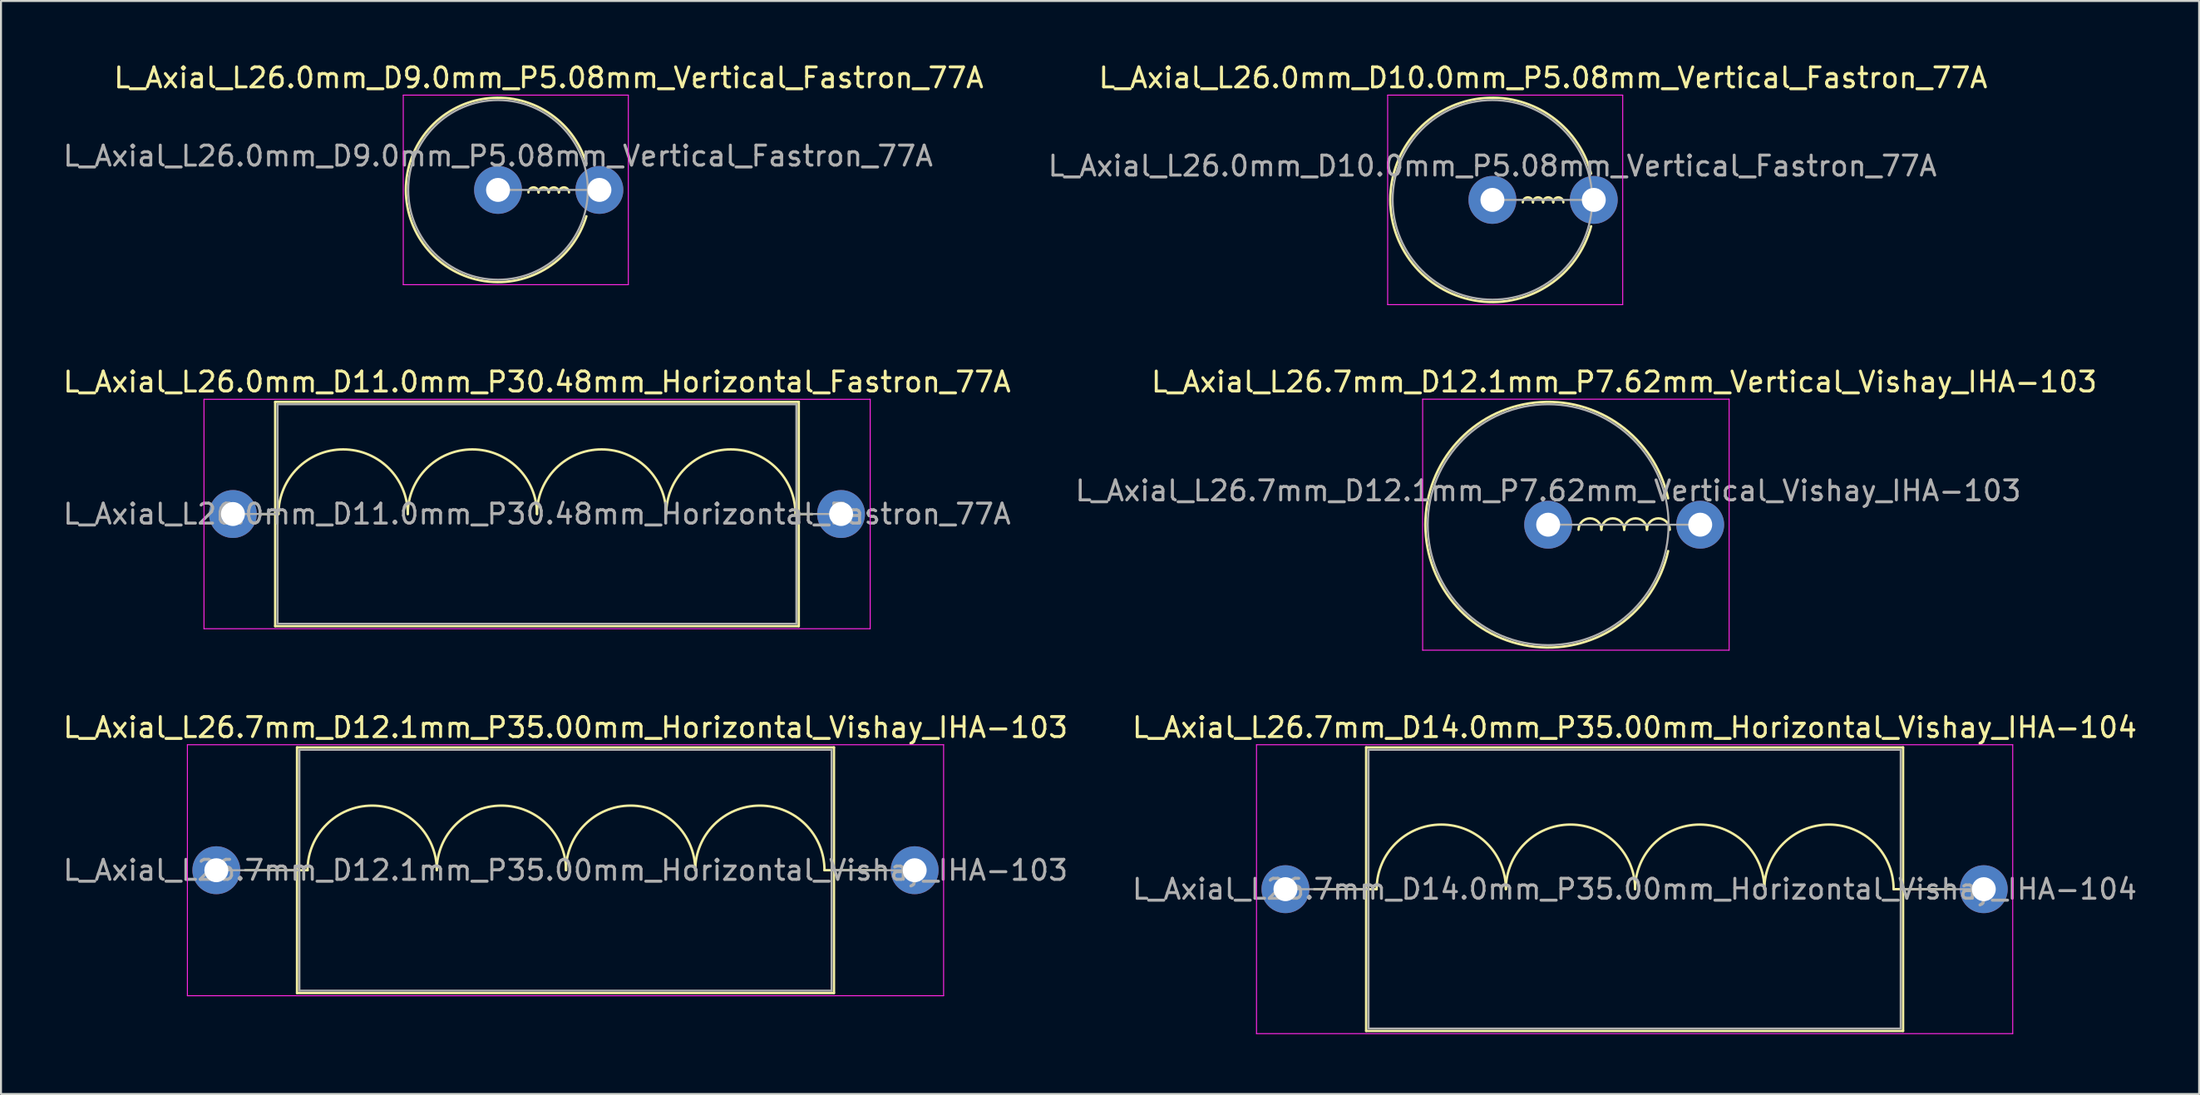
<source format=kicad_pcb>
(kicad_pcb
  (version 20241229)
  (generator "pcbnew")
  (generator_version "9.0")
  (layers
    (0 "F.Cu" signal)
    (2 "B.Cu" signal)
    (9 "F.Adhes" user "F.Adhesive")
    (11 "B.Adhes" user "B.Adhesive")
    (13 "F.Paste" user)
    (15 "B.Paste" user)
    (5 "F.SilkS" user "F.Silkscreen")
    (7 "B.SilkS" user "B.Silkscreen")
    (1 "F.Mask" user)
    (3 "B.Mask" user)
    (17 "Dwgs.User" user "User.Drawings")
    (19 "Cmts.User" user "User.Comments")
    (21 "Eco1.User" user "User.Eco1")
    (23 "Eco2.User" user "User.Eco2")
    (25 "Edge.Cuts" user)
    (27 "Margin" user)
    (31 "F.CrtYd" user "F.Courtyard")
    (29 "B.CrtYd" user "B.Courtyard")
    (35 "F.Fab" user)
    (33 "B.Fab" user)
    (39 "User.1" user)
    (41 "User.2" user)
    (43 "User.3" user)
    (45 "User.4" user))
  (footprint "L_Axial_L26.7mm_D12.1mm_P35.00mm_Horizontal_Vishay_IHA-103"
    (layer "F.Cu")
    (at 7.792 40.565)
    (property "Reference" "L_Axial_L26.7mm_D12.1mm_P35.00mm_Horizontal_Vishay_IHA-103" (at 17.5 -7.155 0) (layer "F.SilkS") (effects (font (size 1 1) (thickness 0.15))))
    (attr through_hole)
    (fp_line (start 1.44 0) (end 4.045 0) (stroke (width 0.12) (type solid)) (layer "F.SilkS"))
    (fp_line (start 4.045 -6.155) (end 4.045 6.155) (stroke (width 0.12) (type solid)) (layer "F.SilkS"))
    (fp_line (start 4.045 6.155) (end 30.955 6.155) (stroke (width 0.12) (type solid)) (layer "F.SilkS"))
    (fp_line (start 4.572 0) (end 4.045 0) (stroke (width 0.12) (type solid)) (layer "F.SilkS"))
    (fp_line (start 30.48 0) (end 30.988 0) (stroke (width 0.12) (type solid)) (layer "F.SilkS"))
    (fp_line (start 30.955 -6.155) (end 4.045 -6.155) (stroke (width 0.12) (type solid)) (layer "F.SilkS"))
    (fp_line (start 30.955 6.155) (end 30.955 -6.155) (stroke (width 0.12) (type solid)) (layer "F.SilkS"))
    (fp_line (start 33.56 0) (end 30.955 0) (stroke (width 0.12) (type solid)) (layer "F.SilkS"))
    (fp_arc (start 4.572 0) (mid 7.8105 -3.2385) (end 11.049 0) (stroke (width 0.12) (type solid)) (layer "F.SilkS"))
    (fp_arc (start 11.049 0) (mid 14.2875 -3.2385) (end 17.526 0) (stroke (width 0.12) (type solid)) (layer "F.SilkS"))
    (fp_arc (start 17.526 0) (mid 20.7645 -3.2385) (end 24.003 0) (stroke (width 0.12) (type solid)) (layer "F.SilkS"))
    (fp_arc (start 24.003 0) (mid 27.2415 -3.2385) (end 30.48 0) (stroke (width 0.12) (type solid)) (layer "F.SilkS"))
    (fp_line (start -1.45 -6.29) (end -1.45 6.29) (stroke (width 0.05) (type solid)) (layer "F.CrtYd"))
    (fp_line (start -1.45 6.29) (end 36.45 6.29) (stroke (width 0.05) (type solid)) (layer "F.CrtYd"))
    (fp_line (start 36.45 -6.29) (end -1.45 -6.29) (stroke (width 0.05) (type solid)) (layer "F.CrtYd"))
    (fp_line (start 36.45 6.29) (end 36.45 -6.29) (stroke (width 0.05) (type solid)) (layer "F.CrtYd"))
    (fp_line (start 0 0) (end 4.165 0) (stroke (width 0.1) (type solid)) (layer "F.Fab"))
    (fp_line (start 4.165 -6.035) (end 4.165 6.035) (stroke (width 0.1) (type solid)) (layer "F.Fab"))
    (fp_line (start 4.165 6.035) (end 30.835 6.035) (stroke (width 0.1) (type solid)) (layer "F.Fab"))
    (fp_line (start 30.835 -6.035) (end 4.165 -6.035) (stroke (width 0.1) (type solid)) (layer "F.Fab"))
    (fp_line (start 30.835 6.035) (end 30.835 -6.035) (stroke (width 0.1) (type solid)) (layer "F.Fab"))
    (fp_line (start 35 0) (end 30.835 0) (stroke (width 0.1) (type solid)) (layer "F.Fab"))
    (fp_text user "${REFERENCE}" (at 17.5 0 0) (layer "F.Fab") (effects (font (size 1 1) (thickness 0.15))))
    (pad "1" thru_hole circle (at 0 0) (size 2.4 2.4) (drill 1.2) (layers "*.Cu" "*.Mask"))
    (pad "2" thru_hole oval (at 35 0) (size 2.4 2.4) (drill 1.2) (layers "*.Cu" "*.Mask")))
  (footprint "L_Axial_L26.7mm_D12.1mm_P7.62mm_Vertical_Vishay_IHA-103"
    (layer "F.Cu")
    (at 74.542 23.247)
    (property "Reference" "L_Axial_L26.7mm_D12.1mm_P7.62mm_Vertical_Vishay_IHA-103" (at 3.81 -7.155 0) (layer "F.SilkS") (effects (font (size 1 1) (thickness 0.15))))
    (attr through_hole)
    (fp_arc (start 1.524 0.254) (mid 2.0955 -0.3175) (end 2.667 0.254) (stroke (width 0.12) (type solid)) (layer "F.SilkS"))
    (fp_arc (start 2.667 0.254) (mid 3.2385 -0.3175) (end 3.81 0.254) (stroke (width 0.12) (type solid)) (layer "F.SilkS"))
    (fp_arc (start 3.81 0.254) (mid 4.3815 -0.3175) (end 4.953 0.254) (stroke (width 0.12) (type solid)) (layer "F.SilkS"))
    (fp_arc (start 4.953 0.254) (mid 5.5245 -0.3175) (end 6.096 0.254) (stroke (width 0.12) (type solid)) (layer "F.SilkS"))
    (fp_arc (start 6.01179 1.32) (mid -6.155 0) (end 6.01179 -1.32) (stroke (width 0.12) (type solid)) (layer "F.SilkS"))
    (fp_line (start -6.29 -6.29) (end -6.29 6.29) (stroke (width 0.05) (type solid)) (layer "F.CrtYd"))
    (fp_line (start -6.29 6.29) (end 9.07 6.29) (stroke (width 0.05) (type solid)) (layer "F.CrtYd"))
    (fp_line (start 9.07 -6.29) (end -6.29 -6.29) (stroke (width 0.05) (type solid)) (layer "F.CrtYd"))
    (fp_line (start 9.07 6.29) (end 9.07 -6.29) (stroke (width 0.05) (type solid)) (layer "F.CrtYd"))
    (fp_line (start 0 0) (end 7.62 0) (stroke (width 0.1) (type solid)) (layer "F.Fab"))
    (fp_circle (center 0 0) (end 6.035 0) (stroke (width 0.1) (type solid)) (fill no) (layer "F.Fab"))
    (fp_text user "${REFERENCE}" (at 0 -1.7 0) (layer "F.Fab") (effects (font (size 1 1) (thickness 0.15))))
    (pad "1" thru_hole circle (at 0 0) (size 2.4 2.4) (drill 1.2) (layers "*.Cu" "*.Mask"))
    (pad "2" thru_hole oval (at 7.62 0) (size 2.4 2.4) (drill 1.2) (layers "*.Cu" "*.Mask")))
  (footprint "L_Axial_L26.7mm_D14.0mm_P35.00mm_Horizontal_Vishay_IHA-104"
    (layer "F.Cu")
    (at 61.375 41.515)
    (property "Reference" "L_Axial_L26.7mm_D14.0mm_P35.00mm_Horizontal_Vishay_IHA-104" (at 17.5 -8.105 0) (layer "F.SilkS") (effects (font (size 1 1) (thickness 0.15))))
    (attr through_hole)
    (fp_line (start 1.44 0) (end 4.045 0) (stroke (width 0.12) (type solid)) (layer "F.SilkS"))
    (fp_line (start 4.045 -7.105) (end 4.045 7.105) (stroke (width 0.12) (type solid)) (layer "F.SilkS"))
    (fp_line (start 4.045 7.105) (end 30.955 7.105) (stroke (width 0.12) (type solid)) (layer "F.SilkS"))
    (fp_line (start 4.572 0) (end 4.045 0) (stroke (width 0.12) (type solid)) (layer "F.SilkS"))
    (fp_line (start 30.48 0) (end 30.988 0) (stroke (width 0.12) (type solid)) (layer "F.SilkS"))
    (fp_line (start 30.955 -7.105) (end 4.045 -7.105) (stroke (width 0.12) (type solid)) (layer "F.SilkS"))
    (fp_line (start 30.955 7.105) (end 30.955 -7.105) (stroke (width 0.12) (type solid)) (layer "F.SilkS"))
    (fp_line (start 33.56 0) (end 30.955 0) (stroke (width 0.12) (type solid)) (layer "F.SilkS"))
    (fp_arc (start 4.572 0) (mid 7.8105 -3.2385) (end 11.049 0) (stroke (width 0.12) (type solid)) (layer "F.SilkS"))
    (fp_arc (start 11.049 0) (mid 14.2875 -3.2385) (end 17.526 0) (stroke (width 0.12) (type solid)) (layer "F.SilkS"))
    (fp_arc (start 17.526 0) (mid 20.7645 -3.2385) (end 24.003 0) (stroke (width 0.12) (type solid)) (layer "F.SilkS"))
    (fp_arc (start 24.003 0) (mid 27.2415 -3.2385) (end 30.48 0) (stroke (width 0.12) (type solid)) (layer "F.SilkS"))
    (fp_line (start -1.45 -7.24) (end -1.45 7.24) (stroke (width 0.05) (type solid)) (layer "F.CrtYd"))
    (fp_line (start -1.45 7.24) (end 36.45 7.24) (stroke (width 0.05) (type solid)) (layer "F.CrtYd"))
    (fp_line (start 36.45 -7.24) (end -1.45 -7.24) (stroke (width 0.05) (type solid)) (layer "F.CrtYd"))
    (fp_line (start 36.45 7.24) (end 36.45 -7.24) (stroke (width 0.05) (type solid)) (layer "F.CrtYd"))
    (fp_line (start 0 0) (end 4.165 0) (stroke (width 0.1) (type solid)) (layer "F.Fab"))
    (fp_line (start 4.165 -6.985) (end 4.165 6.985) (stroke (width 0.1) (type solid)) (layer "F.Fab"))
    (fp_line (start 4.165 6.985) (end 30.835 6.985) (stroke (width 0.1) (type solid)) (layer "F.Fab"))
    (fp_line (start 30.835 -6.985) (end 4.165 -6.985) (stroke (width 0.1) (type solid)) (layer "F.Fab"))
    (fp_line (start 30.835 6.985) (end 30.835 -6.985) (stroke (width 0.1) (type solid)) (layer "F.Fab"))
    (fp_line (start 35 0) (end 30.835 0) (stroke (width 0.1) (type solid)) (layer "F.Fab"))
    (fp_text user "${REFERENCE}" (at 17.5 0 0) (layer "F.Fab") (effects (font (size 1 1) (thickness 0.15))))
    (pad "1" thru_hole circle (at 0 0) (size 2.4 2.4) (drill 1.2) (layers "*.Cu" "*.Mask"))
    (pad "2" thru_hole oval (at 35 0) (size 2.4 2.4) (drill 1.2) (layers "*.Cu" "*.Mask")))
  (footprint "L_Axial_L26.0mm_D11.0mm_P30.48mm_Horizontal_Fastron_77A"
    (layer "F.Cu")
    (at 8.623 22.712)
    (property "Reference" "L_Axial_L26.0mm_D11.0mm_P30.48mm_Horizontal_Fastron_77A" (at 15.24 -6.62 0) (layer "F.SilkS") (effects (font (size 1 1) (thickness 0.15))))
    (attr through_hole)
    (fp_line (start 1.44 0) (end 2.12 0) (stroke (width 0.12) (type solid)) (layer "F.SilkS"))
    (fp_line (start 2.12 -5.62) (end 2.12 5.62) (stroke (width 0.12) (type solid)) (layer "F.SilkS"))
    (fp_line (start 2.12 5.62) (end 28.36 5.62) (stroke (width 0.12) (type solid)) (layer "F.SilkS"))
    (fp_line (start 2.286 0) (end 2.12 0) (stroke (width 0.12) (type solid)) (layer "F.SilkS"))
    (fp_line (start 28.194 0) (end 28.321 0) (stroke (width 0.12) (type solid)) (layer "F.SilkS"))
    (fp_line (start 28.36 -5.62) (end 2.12 -5.62) (stroke (width 0.12) (type solid)) (layer "F.SilkS"))
    (fp_line (start 28.36 5.62) (end 28.36 -5.62) (stroke (width 0.12) (type solid)) (layer "F.SilkS"))
    (fp_line (start 29.04 0) (end 28.36 0) (stroke (width 0.12) (type solid)) (layer "F.SilkS"))
    (fp_arc (start 2.286 0) (mid 5.5245 -3.2385) (end 8.763 0) (stroke (width 0.12) (type solid)) (layer "F.SilkS"))
    (fp_arc (start 8.763 0) (mid 12.0015 -3.2385) (end 15.24 0) (stroke (width 0.12) (type solid)) (layer "F.SilkS"))
    (fp_arc (start 15.24 0) (mid 18.4785 -3.2385) (end 21.717 0) (stroke (width 0.12) (type solid)) (layer "F.SilkS"))
    (fp_arc (start 21.717 0) (mid 24.9555 -3.2385) (end 28.194 0) (stroke (width 0.12) (type solid)) (layer "F.SilkS"))
    (fp_line (start -1.45 -5.75) (end -1.45 5.75) (stroke (width 0.05) (type solid)) (layer "F.CrtYd"))
    (fp_line (start -1.45 5.75) (end 31.94 5.75) (stroke (width 0.05) (type solid)) (layer "F.CrtYd"))
    (fp_line (start 31.94 -5.75) (end -1.45 -5.75) (stroke (width 0.05) (type solid)) (layer "F.CrtYd"))
    (fp_line (start 31.94 5.75) (end 31.94 -5.75) (stroke (width 0.05) (type solid)) (layer "F.CrtYd"))
    (fp_line (start 0 0) (end 2.24 0) (stroke (width 0.1) (type solid)) (layer "F.Fab"))
    (fp_line (start 2.24 -5.5) (end 2.24 5.5) (stroke (width 0.1) (type solid)) (layer "F.Fab"))
    (fp_line (start 2.24 5.5) (end 28.24 5.5) (stroke (width 0.1) (type solid)) (layer "F.Fab"))
    (fp_line (start 28.24 -5.5) (end 2.24 -5.5) (stroke (width 0.1) (type solid)) (layer "F.Fab"))
    (fp_line (start 28.24 5.5) (end 28.24 -5.5) (stroke (width 0.1) (type solid)) (layer "F.Fab"))
    (fp_line (start 30.48 0) (end 28.24 0) (stroke (width 0.1) (type solid)) (layer "F.Fab"))
    (fp_text user "${REFERENCE}" (at 15.24 0 0) (layer "F.Fab") (effects (font (size 1 1) (thickness 0.15))))
    (pad "1" thru_hole circle (at 0 0) (size 2.4 2.4) (drill 1.2) (layers "*.Cu" "*.Mask"))
    (pad "2" thru_hole oval (at 30.48 0) (size 2.4 2.4) (drill 1.2) (layers "*.Cu" "*.Mask")))
  (footprint "L_Axial_L26.0mm_D9.0mm_P5.08mm_Vertical_Fastron_77A"
    (layer "F.Cu")
    (at 21.911 6.468)
    (property "Reference" "L_Axial_L26.0mm_D9.0mm_P5.08mm_Vertical_Fastron_77A" (at 2.54 -5.62 0) (layer "F.SilkS") (effects (font (size 1 1) (thickness 0.15))))
    (attr through_hole)
    (fp_arc (start 1.524 0.127) (mid 1.778 -0.127) (end 2.032 0.127) (stroke (width 0.12) (type solid)) (layer "F.SilkS"))
    (fp_arc (start 2.032 0.127) (mid 2.286 -0.127) (end 2.54 0.127) (stroke (width 0.12) (type solid)) (layer "F.SilkS"))
    (fp_arc (start 2.54 0.127) (mid 2.794 -0.127) (end 3.048 0.127) (stroke (width 0.12) (type solid)) (layer "F.SilkS"))
    (fp_arc (start 3.048 0.127) (mid 3.302 -0.127) (end 3.556 0.127) (stroke (width 0.12) (type solid)) (layer "F.SilkS"))
    (fp_arc (start 4.427415 1.32) (mid -4.62 0) (end 4.427415 -1.32) (stroke (width 0.12) (type solid)) (layer "F.SilkS"))
    (fp_line (start -4.75 -4.75) (end -4.75 4.75) (stroke (width 0.05) (type solid)) (layer "F.CrtYd"))
    (fp_line (start -4.75 4.75) (end 6.53 4.75) (stroke (width 0.05) (type solid)) (layer "F.CrtYd"))
    (fp_line (start 6.53 -4.75) (end -4.75 -4.75) (stroke (width 0.05) (type solid)) (layer "F.CrtYd"))
    (fp_line (start 6.53 4.75) (end 6.53 -4.75) (stroke (width 0.05) (type solid)) (layer "F.CrtYd"))
    (fp_line (start 0 0) (end 5.08 0) (stroke (width 0.1) (type solid)) (layer "F.Fab"))
    (fp_circle (center 0 0) (end 4.5 0) (stroke (width 0.1) (type solid)) (fill no) (layer "F.Fab"))
    (fp_text user "${REFERENCE}" (at 0 -1.7 0) (layer "F.Fab") (effects (font (size 1 1) (thickness 0.15))))
    (pad "1" thru_hole circle (at 0 0) (size 2.4 2.4) (drill 1.2) (layers "*.Cu" "*.Mask"))
    (pad "2" thru_hole oval (at 5.08 0) (size 2.4 2.4) (drill 1.2) (layers "*.Cu" "*.Mask")))
  (footprint "L_Axial_L26.0mm_D10.0mm_P5.08mm_Vertical_Fastron_77A"
    (layer "F.Cu")
    (at 71.748 6.968)
    (property "Reference" "L_Axial_L26.0mm_D10.0mm_P5.08mm_Vertical_Fastron_77A" (at 2.54 -6.12 0) (layer "F.SilkS") (effects (font (size 1 1) (thickness 0.15))))
    (attr through_hole)
    (fp_arc (start 1.524 0.127) (mid 1.778 -0.127) (end 2.032 0.127) (stroke (width 0.12) (type solid)) (layer "F.SilkS"))
    (fp_arc (start 2.032 0.127) (mid 2.286 -0.127) (end 2.54 0.127) (stroke (width 0.12) (type solid)) (layer "F.SilkS"))
    (fp_arc (start 2.54 0.127) (mid 2.794 -0.127) (end 3.048 0.127) (stroke (width 0.12) (type solid)) (layer "F.SilkS"))
    (fp_arc (start 3.048 0.127) (mid 3.302 -0.127) (end 3.556 0.127) (stroke (width 0.12) (type solid)) (layer "F.SilkS"))
    (fp_arc (start 4.946918 1.32) (mid -5.12 0) (end 4.946918 -1.32) (stroke (width 0.12) (type solid)) (layer "F.SilkS"))
    (fp_line (start -5.25 -5.25) (end -5.25 5.25) (stroke (width 0.05) (type solid)) (layer "F.CrtYd"))
    (fp_line (start -5.25 5.25) (end 6.53 5.25) (stroke (width 0.05) (type solid)) (layer "F.CrtYd"))
    (fp_line (start 6.53 -5.25) (end -5.25 -5.25) (stroke (width 0.05) (type solid)) (layer "F.CrtYd"))
    (fp_line (start 6.53 5.25) (end 6.53 -5.25) (stroke (width 0.05) (type solid)) (layer "F.CrtYd"))
    (fp_line (start 0 0) (end 5.08 0) (stroke (width 0.1) (type solid)) (layer "F.Fab"))
    (fp_circle (center 0 0) (end 5 0) (stroke (width 0.1) (type solid)) (fill no) (layer "F.Fab"))
    (fp_text user "${REFERENCE}" (at 0 -1.7 0) (layer "F.Fab") (effects (font (size 1 1) (thickness 0.15))))
    (pad "1" thru_hole circle (at 0 0) (size 2.4 2.4) (drill 1.2) (layers "*.Cu" "*.Mask"))
    (pad "2" thru_hole oval (at 5.08 0) (size 2.4 2.4) (drill 1.2) (layers "*.Cu" "*.Mask")))
  (gr_rect
    (start -3 -3)
    (end 107.167 51.78)
    (stroke (width 0.1) (type default))
    (fill no)
    (layer "Edge.Cuts")))
</source>
